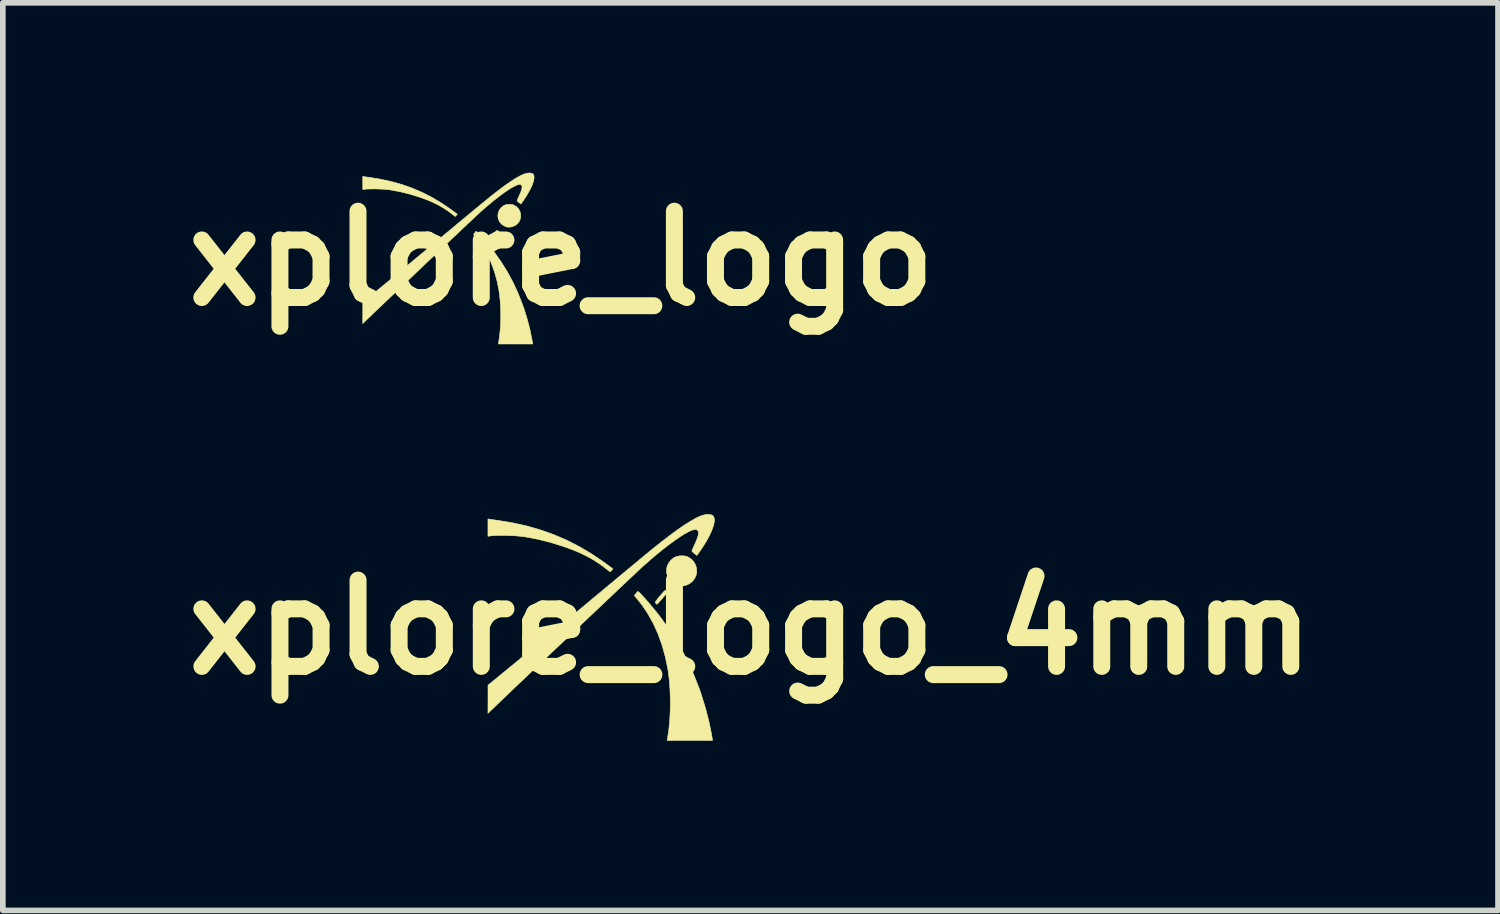
<source format=kicad_pcb>
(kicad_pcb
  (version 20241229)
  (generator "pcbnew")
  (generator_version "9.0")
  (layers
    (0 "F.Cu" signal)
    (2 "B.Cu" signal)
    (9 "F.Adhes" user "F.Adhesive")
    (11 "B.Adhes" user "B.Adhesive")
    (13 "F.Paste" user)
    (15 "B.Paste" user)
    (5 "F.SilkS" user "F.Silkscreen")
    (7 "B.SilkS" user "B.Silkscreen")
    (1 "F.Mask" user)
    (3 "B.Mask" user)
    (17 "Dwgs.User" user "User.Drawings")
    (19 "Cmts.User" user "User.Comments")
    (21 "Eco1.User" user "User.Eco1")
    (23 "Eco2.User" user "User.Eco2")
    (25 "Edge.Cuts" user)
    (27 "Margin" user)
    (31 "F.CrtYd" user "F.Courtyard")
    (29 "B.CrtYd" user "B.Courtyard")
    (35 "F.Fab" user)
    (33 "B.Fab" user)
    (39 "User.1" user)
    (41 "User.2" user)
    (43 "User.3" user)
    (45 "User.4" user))
  (footprint "xplore_logo"
    (layer "F.Cu")
    (at 6.865 1.515)
    (property "Reference" "xplore_logo" (at 0 0 0) (layer "F.SilkS") (effects (font (size 1.524 1.524) (thickness 0.3))))
    (attr through_hole)
    (fp_poly (pts (xy -1.13 -0.493) (xy -1.124 -0.49) (xy -1.111 -0.482) (xy -1.105 -0.476) (xy -1.105 -0.476) (xy -1.109 -0.47) (xy -1.121 -0.455) (xy -1.138 -0.434) (xy -1.158 -0.41) (xy -1.18 -0.384) (xy -1.202 -0.359) (xy -1.221 -0.337) (xy -1.237 -0.32) (xy -1.247 -0.31) (xy -1.249 -0.309) (xy -1.257 -0.313) (xy -1.266 -0.322) (xy -1.271 -0.328) (xy -1.272 -0.334) (xy -1.269 -0.342) (xy -1.262 -0.354) (xy -1.248 -0.372) (xy -1.227 -0.397) (xy -1.21 -0.418) (xy -1.184 -0.449) (xy -1.166 -0.47) (xy -1.152 -0.484) (xy -1.143 -0.492) (xy -1.136 -0.494) (xy -1.13 -0.493)) (stroke (width 0.01) (type solid)) (fill yes) (layer "F.SilkS"))
    (fp_poly (pts (xy -0.886 -0.955) (xy -0.86 -0.95) (xy -0.836 -0.941) (xy -0.792 -0.913) (xy -0.758 -0.878) (xy -0.734 -0.836) (xy -0.721 -0.791) (xy -0.718 -0.744) (xy -0.726 -0.698) (xy -0.745 -0.653) (xy -0.777 -0.613) (xy -0.778 -0.612) (xy -0.816 -0.583) (xy -0.861 -0.563) (xy -0.907 -0.553) (xy -0.952 -0.554) (xy -0.963 -0.556) (xy -1.011 -0.575) (xy -1.052 -0.602) (xy -1.084 -0.637) (xy -1.107 -0.678) (xy -1.12 -0.722) (xy -1.122 -0.768) (xy -1.114 -0.814) (xy -1.095 -0.858) (xy -1.063 -0.898) (xy -1.063 -0.898) (xy -1.026 -0.929) (xy -0.986 -0.948) (xy -0.94 -0.956) (xy -0.92 -0.957) (xy -0.886 -0.955)) (stroke (width 0.01) (type solid)) (fill yes) (layer "F.SilkS"))
    (fp_poly (pts (xy -3.486 -1.445) (xy -3.47 -1.443) (xy -3.444 -1.439) (xy -3.413 -1.435) (xy -3.384 -1.431) (xy -3.183 -1.398) (xy -2.99 -1.355) (xy -2.806 -1.303) (xy -2.629 -1.24) (xy -2.457 -1.166) (xy -2.29 -1.081) (xy -2.126 -0.984) (xy -1.965 -0.875) (xy -1.916 -0.839) (xy -1.838 -0.782) (xy -1.857 -0.761) (xy -1.87 -0.749) (xy -1.876 -0.742) (xy -1.877 -0.742) (xy -1.882 -0.746) (xy -1.896 -0.757) (xy -1.915 -0.772) (xy -1.929 -0.783) (xy -2.012 -0.845) (xy -2.098 -0.901) (xy -2.188 -0.952) (xy -2.286 -0.999) (xy -2.393 -1.043) (xy -2.499 -1.081) (xy -2.673 -1.135) (xy -2.841 -1.177) (xy -3.004 -1.208) (xy -3.086 -1.219) (xy -3.125 -1.222) (xy -3.173 -1.225) (xy -3.227 -1.227) (xy -3.283 -1.228) (xy -3.338 -1.228) (xy -3.389 -1.227) (xy -3.433 -1.226) (xy -3.466 -1.223) (xy -3.468 -1.223) (xy -3.508 -1.218) (xy -3.508 -1.449) (xy -3.486 -1.445)) (stroke (width 0.01) (type solid)) (fill yes) (layer "F.SilkS"))
    (fp_poly (pts (xy -1.495 -0.475) (xy -1.48 -0.461) (xy -1.458 -0.438) (xy -1.431 -0.409) (xy -1.4 -0.375) (xy -1.367 -0.336) (xy -1.332 -0.295) (xy -1.296 -0.252) (xy -1.262 -0.21) (xy -1.229 -0.169) (xy -1.199 -0.131) (xy -1.191 -0.12) (xy -1.067 0.055) (xy -0.955 0.234) (xy -0.855 0.419) (xy -0.766 0.611) (xy -0.688 0.81) (xy -0.655 0.903) (xy -0.6 1.083) (xy -0.554 1.262) (xy -0.519 1.437) (xy -0.511 1.481) (xy -0.507 1.51) (xy -1.114 1.51) (xy -1.109 1.488) (xy -1.092 1.372) (xy -1.079 1.246) (xy -1.072 1.114) (xy -1.071 0.98) (xy -1.075 0.845) (xy -1.084 0.715) (xy -1.099 0.592) (xy -1.105 0.552) (xy -1.138 0.392) (xy -1.181 0.239) (xy -1.234 0.093) (xy -1.295 -0.046) (xy -1.366 -0.175) (xy -1.446 -0.294) (xy -1.519 -0.386) (xy -1.552 -0.425) (xy -1.53 -0.453) (xy -1.517 -0.469) (xy -1.507 -0.479) (xy -1.503 -0.481) (xy -1.495 -0.475)) (stroke (width 0.01) (type solid)) (fill yes) (layer "F.SilkS"))
    (fp_poly (pts (xy -0.533 -1.506) (xy -0.509 -1.498) (xy -0.5 -1.492) (xy -0.486 -1.468) (xy -0.482 -1.436) (xy -0.486 -1.395) (xy -0.498 -1.346) (xy -0.519 -1.29) (xy -0.547 -1.229) (xy -0.584 -1.161) (xy -0.627 -1.09) (xy -0.671 -1.024) (xy -0.715 -0.961) (xy -0.748 -0.987) (xy -0.766 -1.001) (xy -0.778 -1.014) (xy -0.782 -1.02) (xy -0.78 -1.029) (xy -0.772 -1.048) (xy -0.761 -1.073) (xy -0.752 -1.093) (xy -0.727 -1.149) (xy -0.709 -1.194) (xy -0.699 -1.23) (xy -0.695 -1.259) (xy -0.697 -1.28) (xy -0.706 -1.296) (xy -0.708 -1.298) (xy -0.721 -1.308) (xy -0.738 -1.309) (xy -0.747 -1.308) (xy -0.783 -1.298) (xy -0.828 -1.277) (xy -0.881 -1.248) (xy -0.942 -1.21) (xy -1.009 -1.164) (xy -1.083 -1.11) (xy -1.162 -1.049) (xy -1.245 -0.981) (xy -1.334 -0.907) (xy -1.424 -0.828) (xy -1.438 -0.815) (xy -1.462 -0.793) (xy -1.494 -0.763) (xy -1.534 -0.726) (xy -1.581 -0.681) (xy -1.636 -0.63) (xy -1.696 -0.572) (xy -1.763 -0.51) (xy -1.834 -0.442) (xy -1.91 -0.371) (xy -1.99 -0.295) (xy -2.073 -0.217) (xy -2.158 -0.136) (xy -2.246 -0.053) (xy -2.335 0.031) (xy -2.424 0.116) (xy -2.514 0.201) (xy -2.603 0.286) (xy -2.691 0.37) (xy -2.778 0.452) (xy -2.862 0.532) (xy -2.943 0.609) (xy -3.021 0.683) (xy -3.095 0.753) (xy -3.164 0.819) (xy -3.227 0.879) (xy -3.285 0.934) (xy -3.336 0.983) (xy -3.379 1.025) (xy -3.415 1.059) (xy -3.443 1.086) (xy -3.455 1.097) (xy -3.508 1.15) (xy -3.508 0.961) (xy -3.507 0.772) (xy -3.41 0.693) (xy -3.334 0.631) (xy -3.252 0.564) (xy -3.165 0.492) (xy -3.071 0.415) (xy -2.971 0.332) (xy -2.863 0.243) (xy -2.748 0.148) (xy -2.625 0.045) (xy -2.492 -0.065) (xy -2.351 -0.182) (xy -2.199 -0.308) (xy -2.108 -0.385) (xy -2.02 -0.458) (xy -1.934 -0.529) (xy -1.85 -0.6) (xy -1.768 -0.667) (xy -1.69 -0.732) (xy -1.617 -0.793) (xy -1.548 -0.85) (xy -1.486 -0.902) (xy -1.429 -0.948) (xy -1.381 -0.988) (xy -1.34 -1.021) (xy -1.309 -1.047) (xy -1.287 -1.065) (xy -1.286 -1.066) (xy -1.173 -1.155) (xy -1.069 -1.235) (xy -0.975 -1.304) (xy -0.889 -1.363) (xy -0.813 -1.412) (xy -0.745 -1.451) (xy -0.686 -1.48) (xy -0.636 -1.499) (xy -0.636 -1.499) (xy -0.6 -1.507) (xy -0.565 -1.51) (xy -0.533 -1.506)) (stroke (width 0.01) (type solid)) (fill yes) (layer "F.SilkS")))
  (footprint "xplore_logo_4mm"
    (layer "F.Cu")
    (at 10.204 8.03)
    (property "Reference" "xplore_logo_4mm" (at 0 0 0) (layer "F.SilkS") (effects (font (size 1.524 1.524) (thickness 0.3))))
    (attr through_hole)
    (fp_poly (pts (xy -1.493 -0.651) (xy -1.485 -0.647) (xy -1.468 -0.637) (xy -1.461 -0.63) (xy -1.461 -0.63) (xy -1.466 -0.621) (xy -1.481 -0.601) (xy -1.503 -0.574) (xy -1.53 -0.542) (xy -1.559 -0.508) (xy -1.588 -0.475) (xy -1.614 -0.446) (xy -1.634 -0.423) (xy -1.647 -0.41) (xy -1.65 -0.408) (xy -1.661 -0.414) (xy -1.673 -0.426) (xy -1.679 -0.433) (xy -1.681 -0.441) (xy -1.677 -0.452) (xy -1.667 -0.468) (xy -1.649 -0.491) (xy -1.622 -0.525) (xy -1.599 -0.552) (xy -1.565 -0.593) (xy -1.54 -0.621) (xy -1.523 -0.64) (xy -1.511 -0.65) (xy -1.501 -0.653) (xy -1.493 -0.651)) (stroke (width 0.01) (type solid)) (fill yes) (layer "F.SilkS"))
    (fp_poly (pts (xy -1.171 -1.262) (xy -1.136 -1.256) (xy -1.105 -1.244) (xy -1.047 -1.207) (xy -1.002 -1.16) (xy -0.97 -1.105) (xy -0.952 -1.045) (xy -0.948 -0.983) (xy -0.959 -0.922) (xy -0.985 -0.863) (xy -1.026 -0.811) (xy -1.028 -0.809) (xy -1.079 -0.77) (xy -1.137 -0.743) (xy -1.199 -0.73) (xy -1.258 -0.732) (xy -1.272 -0.735) (xy -1.337 -0.759) (xy -1.39 -0.796) (xy -1.432 -0.842) (xy -1.462 -0.896) (xy -1.479 -0.954) (xy -1.483 -1.015) (xy -1.472 -1.076) (xy -1.447 -1.134) (xy -1.405 -1.187) (xy -1.405 -1.187) (xy -1.356 -1.228) (xy -1.303 -1.253) (xy -1.242 -1.263) (xy -1.216 -1.264) (xy -1.171 -1.262)) (stroke (width 0.01) (type solid)) (fill yes) (layer "F.SilkS"))
    (fp_poly (pts (xy -4.606 -1.91) (xy -4.585 -1.907) (xy -4.551 -1.902) (xy -4.51 -1.896) (xy -4.472 -1.891) (xy -4.206 -1.847) (xy -3.952 -1.791) (xy -3.708 -1.721) (xy -3.474 -1.638) (xy -3.247 -1.541) (xy -3.026 -1.428) (xy -2.809 -1.3) (xy -2.596 -1.156) (xy -2.532 -1.109) (xy -2.429 -1.033) (xy -2.454 -1.006) (xy -2.47 -0.99) (xy -2.48 -0.981) (xy -2.48 -0.98) (xy -2.487 -0.986) (xy -2.505 -1) (xy -2.531 -1.021) (xy -2.549 -1.035) (xy -2.659 -1.117) (xy -2.772 -1.191) (xy -2.892 -1.258) (xy -3.021 -1.32) (xy -3.162 -1.378) (xy -3.302 -1.428) (xy -3.532 -1.5) (xy -3.754 -1.556) (xy -3.97 -1.596) (xy -4.078 -1.61) (xy -4.13 -1.615) (xy -4.194 -1.619) (xy -4.264 -1.621) (xy -4.338 -1.623) (xy -4.411 -1.623) (xy -4.478 -1.622) (xy -4.536 -1.62) (xy -4.581 -1.616) (xy -4.583 -1.616) (xy -4.636 -1.609) (xy -4.636 -1.915) (xy -4.606 -1.91)) (stroke (width 0.01) (type solid)) (fill yes) (layer "F.SilkS"))
    (fp_poly (pts (xy -1.976 -0.628) (xy -1.955 -0.609) (xy -1.926 -0.579) (xy -1.891 -0.541) (xy -1.85 -0.495) (xy -1.806 -0.444) (xy -1.76 -0.39) (xy -1.713 -0.334) (xy -1.667 -0.278) (xy -1.624 -0.223) (xy -1.585 -0.173) (xy -1.574 -0.159) (xy -1.41 0.073) (xy -1.262 0.31) (xy -1.13 0.554) (xy -1.013 0.807) (xy -0.908 1.071) (xy -0.866 1.193) (xy -0.793 1.431) (xy -0.732 1.667) (xy -0.685 1.899) (xy -0.676 1.957) (xy -0.67 1.996) (xy -1.472 1.996) (xy -1.466 1.966) (xy -1.442 1.812) (xy -1.426 1.646) (xy -1.417 1.472) (xy -1.415 1.294) (xy -1.42 1.117) (xy -1.432 0.945) (xy -1.452 0.782) (xy -1.46 0.73) (xy -1.504 0.519) (xy -1.561 0.316) (xy -1.63 0.122) (xy -1.712 -0.06) (xy -1.806 -0.231) (xy -1.911 -0.389) (xy -2.007 -0.51) (xy -2.051 -0.562) (xy -2.022 -0.598) (xy -2.004 -0.619) (xy -1.991 -0.632) (xy -1.986 -0.635) (xy -1.976 -0.628)) (stroke (width 0.01) (type solid)) (fill yes) (layer "F.SilkS"))
    (fp_poly (pts (xy -0.704 -1.991) (xy -0.672 -1.979) (xy -0.661 -1.971) (xy -0.643 -1.94) (xy -0.636 -1.897) (xy -0.642 -1.843) (xy -0.658 -1.779) (xy -0.686 -1.705) (xy -0.723 -1.623) (xy -0.771 -1.535) (xy -0.829 -1.44) (xy -0.886 -1.354) (xy -0.945 -1.27) (xy -0.989 -1.304) (xy -1.012 -1.323) (xy -1.029 -1.34) (xy -1.034 -1.348) (xy -1.03 -1.36) (xy -1.021 -1.384) (xy -1.006 -1.417) (xy -0.994 -1.444) (xy -0.961 -1.518) (xy -0.937 -1.578) (xy -0.923 -1.626) (xy -0.918 -1.663) (xy -0.921 -1.692) (xy -0.933 -1.713) (xy -0.935 -1.715) (xy -0.953 -1.728) (xy -0.975 -1.73) (xy -0.987 -1.728) (xy -1.035 -1.715) (xy -1.095 -1.688) (xy -1.165 -1.649) (xy -1.245 -1.599) (xy -1.333 -1.538) (xy -1.431 -1.467) (xy -1.535 -1.387) (xy -1.646 -1.297) (xy -1.762 -1.199) (xy -1.882 -1.094) (xy -1.901 -1.077) (xy -1.931 -1.048) (xy -1.974 -1.009) (xy -2.027 -0.959) (xy -2.09 -0.9) (xy -2.162 -0.832) (xy -2.242 -0.756) (xy -2.33 -0.674) (xy -2.424 -0.584) (xy -2.524 -0.49) (xy -2.629 -0.39) (xy -2.739 -0.286) (xy -2.852 -0.179) (xy -2.968 -0.07) (xy -3.085 0.041) (xy -3.203 0.154) (xy -3.322 0.266) (xy -3.44 0.378) (xy -3.557 0.489) (xy -3.671 0.597) (xy -3.782 0.703) (xy -3.89 0.805) (xy -3.992 0.903) (xy -4.09 0.995) (xy -4.181 1.082) (xy -4.264 1.162) (xy -4.34 1.234) (xy -4.408 1.299) (xy -4.465 1.354) (xy -4.513 1.4) (xy -4.549 1.435) (xy -4.565 1.45) (xy -4.636 1.519) (xy -4.635 1.27) (xy -4.635 1.021) (xy -4.506 0.916) (xy -4.405 0.833) (xy -4.298 0.745) (xy -4.182 0.651) (xy -4.059 0.549) (xy -3.926 0.439) (xy -3.784 0.322) (xy -3.631 0.195) (xy -3.468 0.06) (xy -3.293 -0.085) (xy -3.106 -0.241) (xy -2.906 -0.407) (xy -2.785 -0.509) (xy -2.669 -0.605) (xy -2.555 -0.7) (xy -2.444 -0.792) (xy -2.336 -0.882) (xy -2.234 -0.967) (xy -2.136 -1.048) (xy -2.046 -1.123) (xy -1.963 -1.192) (xy -1.889 -1.253) (xy -1.825 -1.306) (xy -1.771 -1.35) (xy -1.73 -1.384) (xy -1.701 -1.407) (xy -1.699 -1.409) (xy -1.55 -1.527) (xy -1.413 -1.631) (xy -1.288 -1.723) (xy -1.175 -1.801) (xy -1.074 -1.865) (xy -0.985 -1.917) (xy -0.907 -1.956) (xy -0.84 -1.981) (xy -0.84 -1.981) (xy -0.793 -1.992) (xy -0.746 -1.995) (xy -0.704 -1.991)) (stroke (width 0.01) (type solid)) (fill yes) (layer "F.SilkS")))
  (gr_rect
    (start -3 -3)
    (end 23.407 13.03)
    (stroke (width 0.1) (type default))
    (fill no)
    (layer "Edge.Cuts")))
</source>
